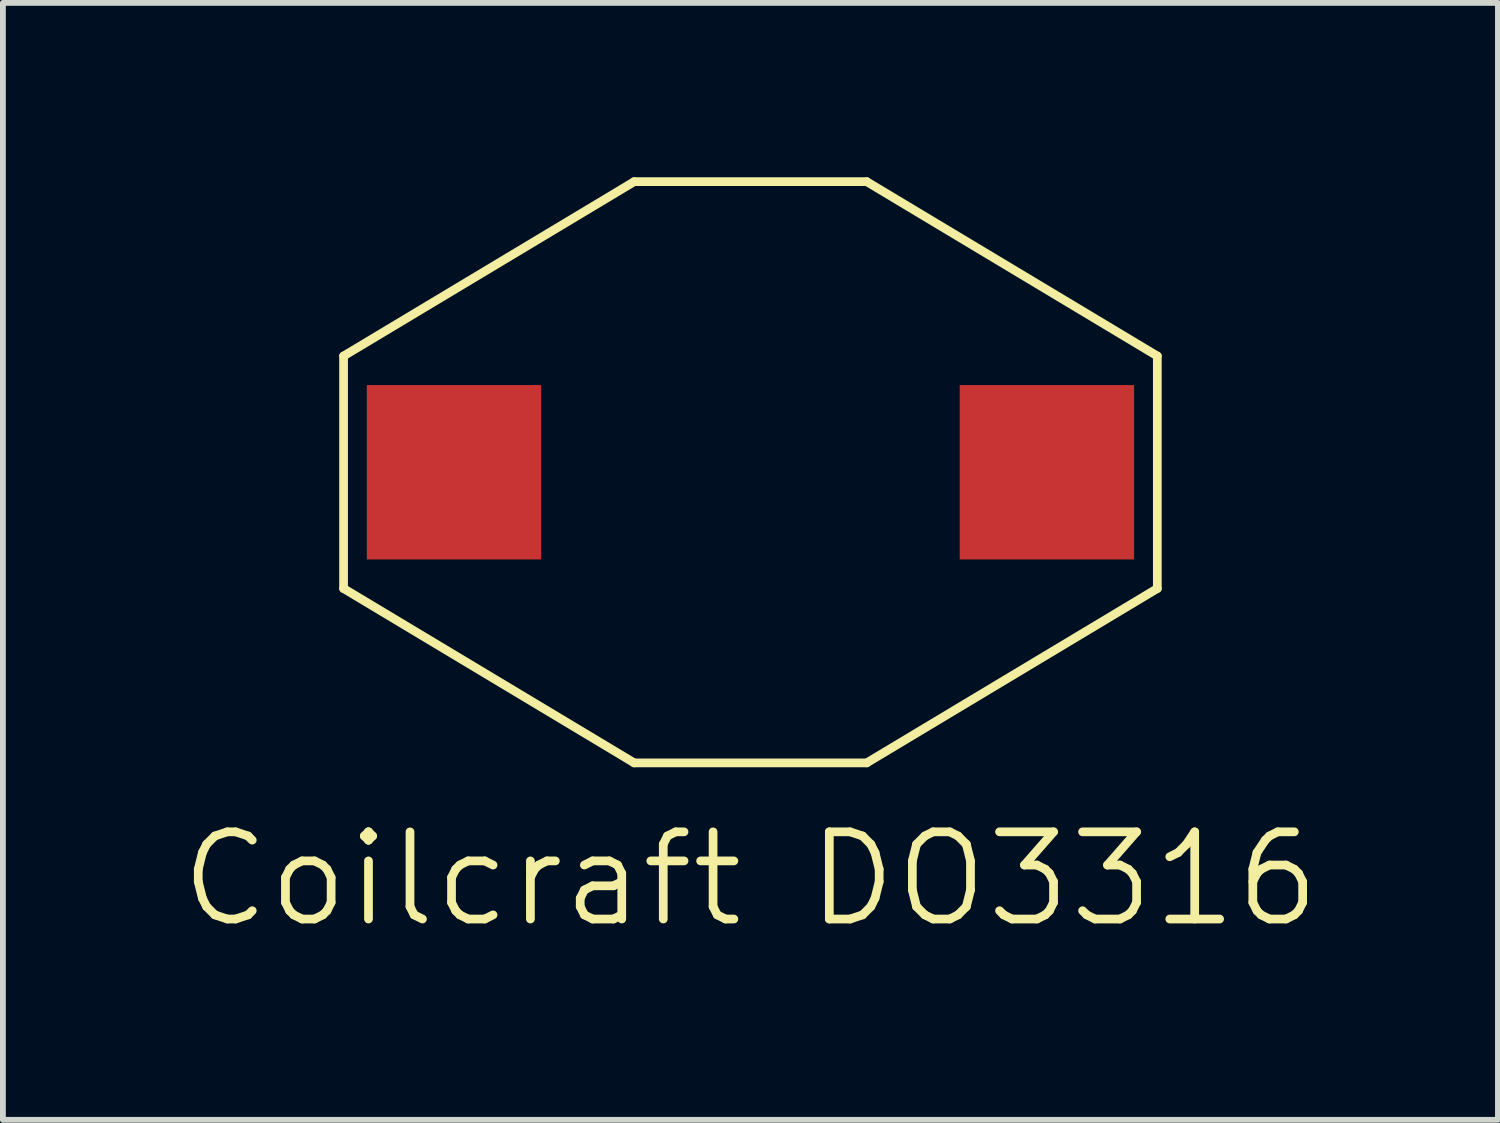
<source format=kicad_pcb>
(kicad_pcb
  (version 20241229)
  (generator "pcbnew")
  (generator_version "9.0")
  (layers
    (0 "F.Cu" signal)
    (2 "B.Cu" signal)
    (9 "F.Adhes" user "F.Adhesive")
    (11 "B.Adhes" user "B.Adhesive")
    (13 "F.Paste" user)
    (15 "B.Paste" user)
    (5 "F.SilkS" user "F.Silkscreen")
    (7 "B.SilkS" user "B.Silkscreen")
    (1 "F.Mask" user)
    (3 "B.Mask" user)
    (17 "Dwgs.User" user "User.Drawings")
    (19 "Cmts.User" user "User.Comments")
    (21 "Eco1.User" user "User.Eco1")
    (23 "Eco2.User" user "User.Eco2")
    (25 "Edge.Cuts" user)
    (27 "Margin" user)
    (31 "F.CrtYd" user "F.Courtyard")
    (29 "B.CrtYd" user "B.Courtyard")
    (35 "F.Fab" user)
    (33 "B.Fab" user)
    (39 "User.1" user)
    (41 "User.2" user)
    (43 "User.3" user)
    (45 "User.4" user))
  (footprint "Coilcraft DO3316"
    (layer "F.Cu")
    (at 9.861 5.075)
    (property "Reference" "Coilcraft DO3316" (at 0 7 0) (layer "F.SilkS") (effects (font (size 1.5 1.5) (thickness 0.15))))
    (attr through_hole)
    (fp_line (start -7 -2) (end -2 -5) (stroke (width 0.15) (type solid)) (layer "F.SilkS"))
    (fp_line (start -7 2) (end -7 -2) (stroke (width 0.15) (type solid)) (layer "F.SilkS"))
    (fp_line (start -2 -5) (end 2 -5) (stroke (width 0.15) (type solid)) (layer "F.SilkS"))
    (fp_line (start -2 5) (end -7 2) (stroke (width 0.15) (type solid)) (layer "F.SilkS"))
    (fp_line (start 2 -5) (end 7 -2) (stroke (width 0.15) (type solid)) (layer "F.SilkS"))
    (fp_line (start 2 5) (end -2 5) (stroke (width 0.15) (type solid)) (layer "F.SilkS"))
    (fp_line (start 7 -2) (end 7 2) (stroke (width 0.15) (type solid)) (layer "F.SilkS"))
    (fp_line (start 7 2) (end 2 5) (stroke (width 0.15) (type solid)) (layer "F.SilkS"))
    (pad "1" smd rect (at -5.1 0) (size 3 3) (layers "F.Cu" "F.Mask" "F.Paste"))
    (pad "2" smd rect (at 5.1 0) (size 3 3) (layers "F.Cu" "F.Mask" "F.Paste")))
  (gr_rect
    (start -3 -3)
    (end 22.721 16.216)
    (stroke (width 0.1) (type default))
    (fill no)
    (layer "Edge.Cuts")))
</source>
